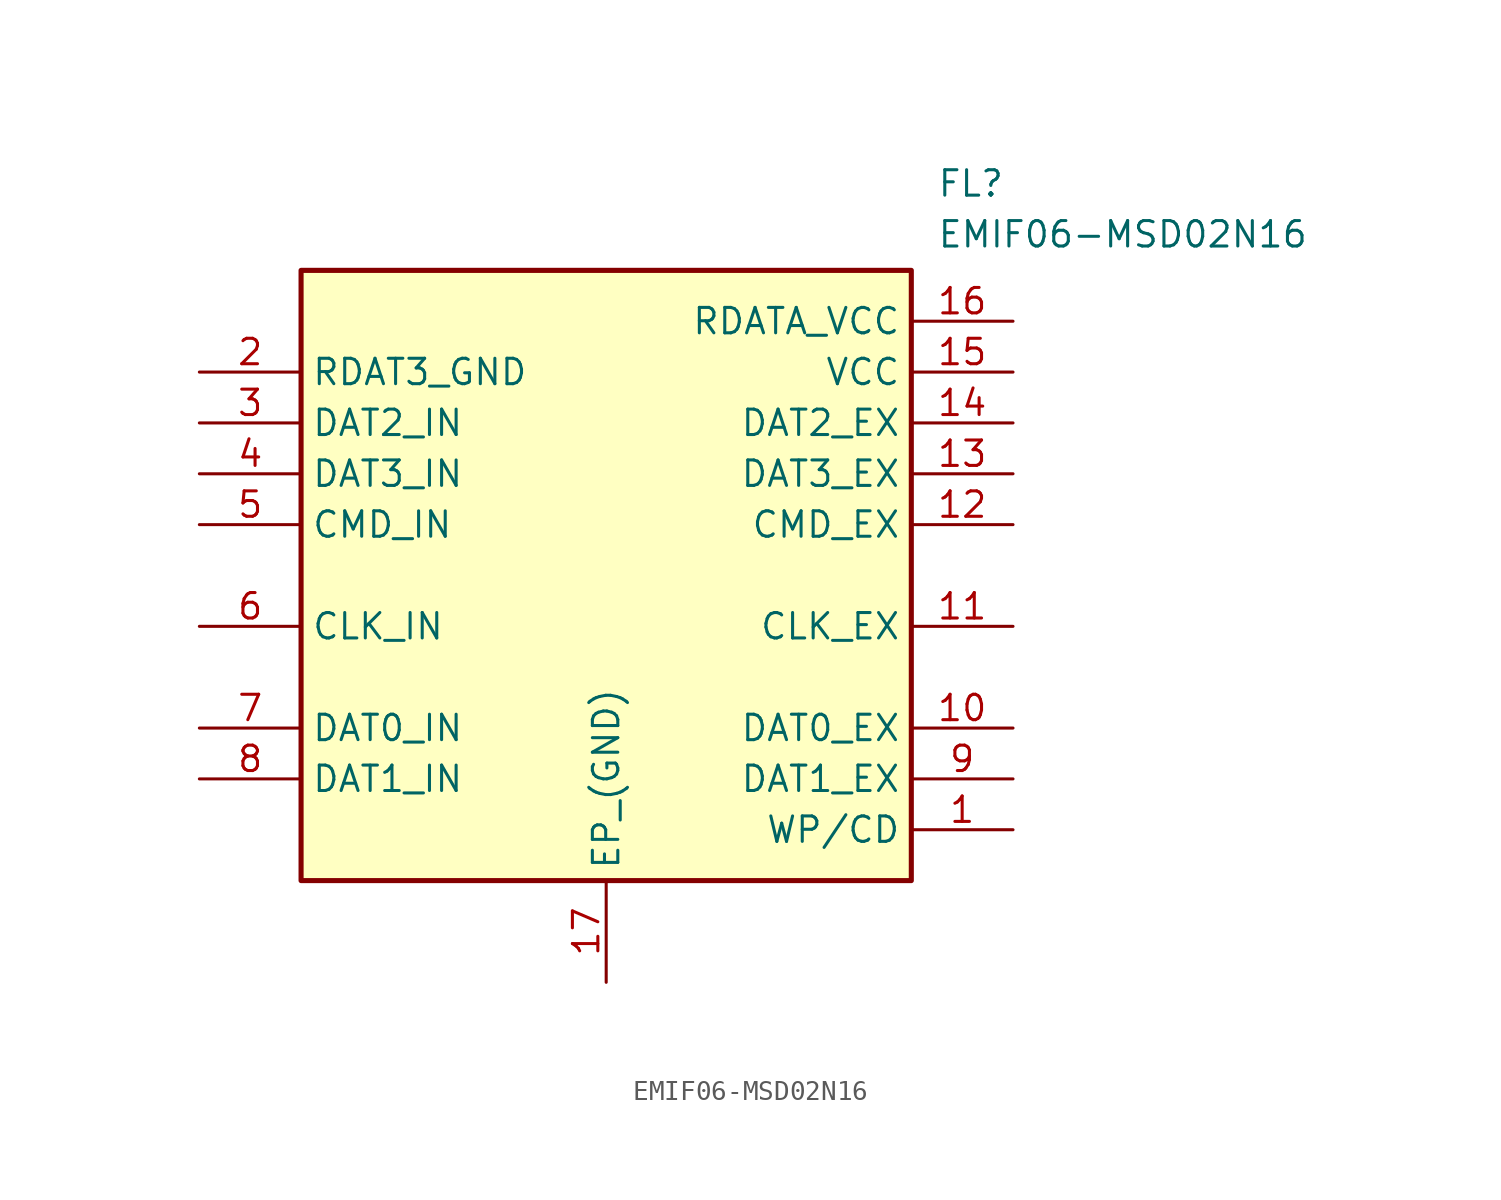
<source format=kicad_sym>
(kicad_symbol_lib
  (version 20220914)
  (generator kicad_symbol_editor)
  (symbol "EMIF06-MSD02N16"
    (property "Reference" "FL"
      (at 36.83 7.62 0)
      (effects (font (size 1.27 1.27)) (justify left top)))
    (property "Value" "EMIF06-MSD02N16"
      (at 36.83 5.08 0)
      (effects (font (size 1.27 1.27)) (justify left top)))
    (symbol "EMIF06-MSD02N16_1_1"
      (rectangle (start 5.08 2.54) (end 35.56 -27.94) (stroke (width 0.254) (type default)) (fill (type background)))
      (pin passive line (at 40.64 -25.4 180) (length 5.08) (name "WP/CD" (effects (font (size 1.27 1.27)))) (number "1" (effects (font (size 1.27 1.27)))))
      (pin passive line (at 40.64 -20.32 180) (length 5.08) (name "DAT0_EX" (effects (font (size 1.27 1.27)))) (number "10" (effects (font (size 1.27 1.27)))))
      (pin passive line (at 40.64 -15.24 180) (length 5.08) (name "CLK_EX" (effects (font (size 1.27 1.27)))) (number "11" (effects (font (size 1.27 1.27)))))
      (pin passive line (at 40.64 -10.16 180) (length 5.08) (name "CMD_EX" (effects (font (size 1.27 1.27)))) (number "12" (effects (font (size 1.27 1.27)))))
      (pin passive line (at 40.64 -7.62 180) (length 5.08) (name "DAT3_EX" (effects (font (size 1.27 1.27)))) (number "13" (effects (font (size 1.27 1.27)))))
      (pin passive line (at 40.64 -5.08 180) (length 5.08) (name "DAT2_EX" (effects (font (size 1.27 1.27)))) (number "14" (effects (font (size 1.27 1.27)))))
      (pin passive line (at 40.64 -2.54 180) (length 5.08) (name "VCC" (effects (font (size 1.27 1.27)))) (number "15" (effects (font (size 1.27 1.27)))))
      (pin passive line (at 40.64 0 180) (length 5.08) (name "RDATA_VCC" (effects (font (size 1.27 1.27)))) (number "16" (effects (font (size 1.27 1.27)))))
      (pin passive line (at 20.32 -33.02 90) (length 5.08) (name "EP_(GND)" (effects (font (size 1.27 1.27)))) (number "17" (effects (font (size 1.27 1.27)))))
      (pin passive line (at 0 -2.54 0) (length 5.08) (name "RDAT3_GND" (effects (font (size 1.27 1.27)))) (number "2" (effects (font (size 1.27 1.27)))))
      (pin passive line (at 0 -5.08 0) (length 5.08) (name "DAT2_IN" (effects (font (size 1.27 1.27)))) (number "3" (effects (font (size 1.27 1.27)))))
      (pin passive line (at 0 -7.62 0) (length 5.08) (name "DAT3_IN" (effects (font (size 1.27 1.27)))) (number "4" (effects (font (size 1.27 1.27)))))
      (pin passive line (at 0 -10.16 0) (length 5.08) (name "CMD_IN" (effects (font (size 1.27 1.27)))) (number "5" (effects (font (size 1.27 1.27)))))
      (pin passive line (at 0 -15.24 0) (length 5.08) (name "CLK_IN" (effects (font (size 1.27 1.27)))) (number "6" (effects (font (size 1.27 1.27)))))
      (pin passive line (at 0 -20.32 0) (length 5.08) (name "DAT0_IN" (effects (font (size 1.27 1.27)))) (number "7" (effects (font (size 1.27 1.27)))))
      (pin passive line (at 0 -22.86 0) (length 5.08) (name "DAT1_IN" (effects (font (size 1.27 1.27)))) (number "8" (effects (font (size 1.27 1.27)))))
      (pin passive line (at 40.64 -22.86 180) (length 5.08) (name "DAT1_EX" (effects (font (size 1.27 1.27)))) (number "9" (effects (font (size 1.27 1.27))))))))
</source>
